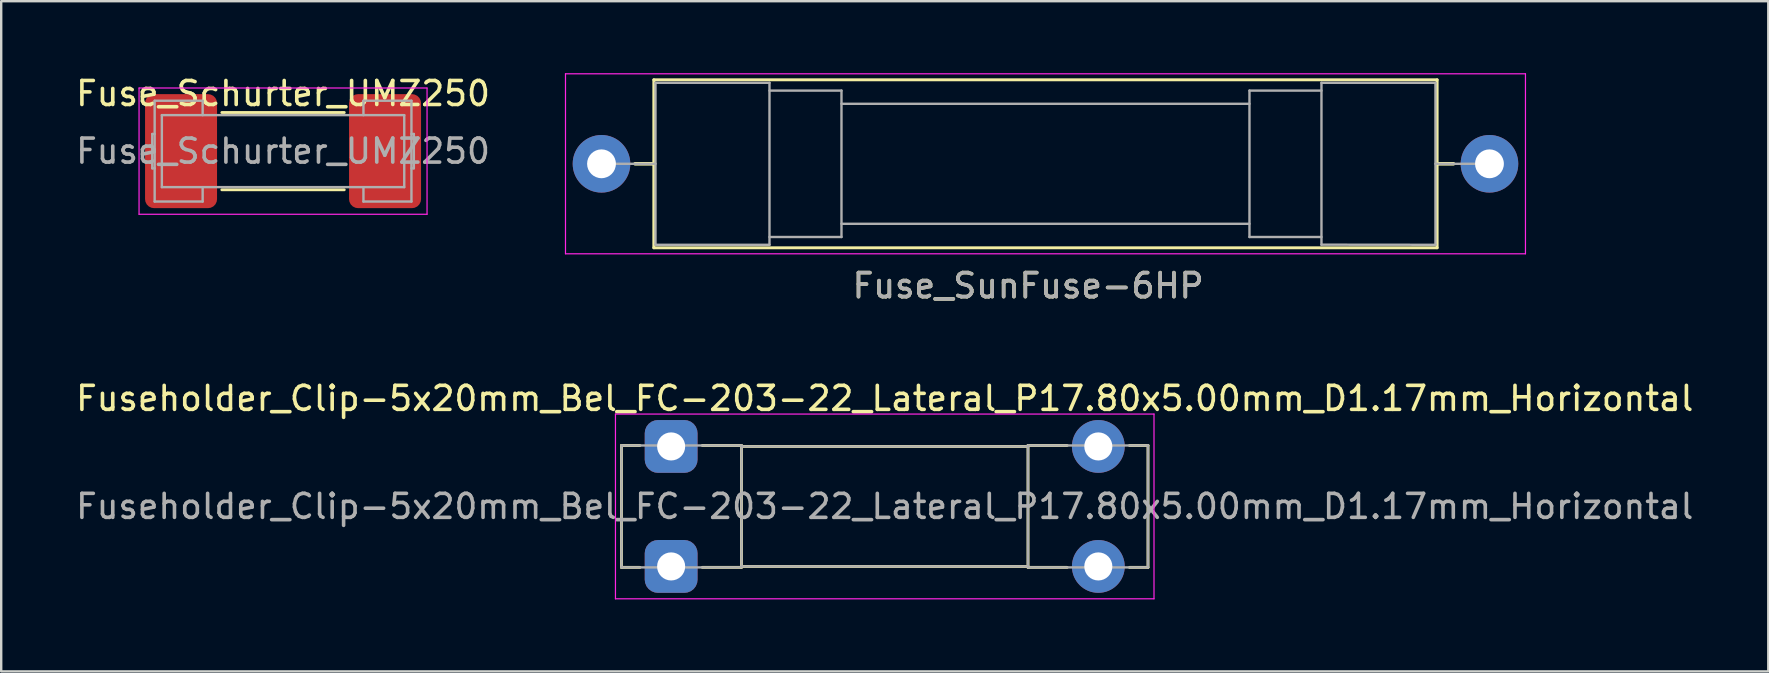
<source format=kicad_pcb>
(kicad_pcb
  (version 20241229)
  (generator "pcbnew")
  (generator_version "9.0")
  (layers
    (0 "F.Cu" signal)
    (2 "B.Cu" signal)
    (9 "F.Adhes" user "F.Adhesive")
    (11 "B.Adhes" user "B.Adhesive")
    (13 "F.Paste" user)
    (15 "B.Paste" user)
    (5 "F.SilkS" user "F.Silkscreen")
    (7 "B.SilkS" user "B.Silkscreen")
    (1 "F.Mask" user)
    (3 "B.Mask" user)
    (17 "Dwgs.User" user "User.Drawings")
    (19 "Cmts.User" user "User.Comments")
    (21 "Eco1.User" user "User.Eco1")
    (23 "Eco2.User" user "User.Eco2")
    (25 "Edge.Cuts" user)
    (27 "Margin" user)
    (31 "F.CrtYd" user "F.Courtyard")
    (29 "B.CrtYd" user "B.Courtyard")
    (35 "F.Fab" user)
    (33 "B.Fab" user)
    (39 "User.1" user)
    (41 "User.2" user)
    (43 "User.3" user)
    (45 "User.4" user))
  (footprint "Fuseholder_Clip-5x20mm_Bel_FC-203-22_Lateral_P17.80x5.00mm_D1.17mm_Horizontal"
    (layer "F.Cu")
    (at 24.915 15.552)
    (property "Reference" "Fuseholder_Clip-5x20mm_Bel_FC-203-22_Lateral_P17.80x5.00mm_D1.17mm_Horizontal" (at 8.9 -2 0) (layer "F.SilkS") (effects (font (size 1 1) (thickness 0.15))))
    (attr through_hole)
    (fp_line (start -2.07 5.04) (end -2.07 -0.04) (stroke (width 0.12) (type solid)) (layer "F.SilkS"))
    (fp_line (start -1.3 -0.04) (end -2.07 -0.04) (stroke (width 0.12) (type solid)) (layer "F.SilkS"))
    (fp_line (start -1.3 5.04) (end -2.07 5.04) (stroke (width 0.12) (type solid)) (layer "F.SilkS"))
    (fp_line (start 2.93 -0.04) (end 1.3 -0.04) (stroke (width 0.12) (type solid)) (layer "F.SilkS"))
    (fp_line (start 2.93 -0.04) (end 2.93 5.04) (stroke (width 0.12) (type solid)) (layer "F.SilkS"))
    (fp_line (start 2.93 5.04) (end 1.3 5.04) (stroke (width 0.12) (type solid)) (layer "F.SilkS"))
    (fp_line (start 14.87 -0.04) (end 14.87 5.04) (stroke (width 0.12) (type solid)) (layer "F.SilkS"))
    (fp_line (start 14.87 0) (end 2.93 0) (stroke (width 0.12) (type solid)) (layer "F.SilkS"))
    (fp_line (start 14.87 5) (end 2.93 5) (stroke (width 0.12) (type solid)) (layer "F.SilkS"))
    (fp_line (start 16.5 -0.04) (end 14.87 -0.04) (stroke (width 0.12) (type solid)) (layer "F.SilkS"))
    (fp_line (start 16.5 5.04) (end 14.87 5.04) (stroke (width 0.12) (type solid)) (layer "F.SilkS"))
    (fp_line (start 19.1 -0.04) (end 19.87 -0.04) (stroke (width 0.12) (type solid)) (layer "F.SilkS"))
    (fp_line (start 19.1 5.04) (end 19.87 5.04) (stroke (width 0.12) (type solid)) (layer "F.SilkS"))
    (fp_line (start 19.87 -0.04) (end 19.87 5.04) (stroke (width 0.12) (type solid)) (layer "F.SilkS"))
    (fp_line (start -2.32 -1.35) (end -2.32 6.35) (stroke (width 0.05) (type solid)) (layer "F.CrtYd"))
    (fp_line (start -2.32 -1.35) (end 20.12 -1.35) (stroke (width 0.05) (type solid)) (layer "F.CrtYd"))
    (fp_line (start 20.12 6.35) (end -2.32 6.35) (stroke (width 0.05) (type solid)) (layer "F.CrtYd"))
    (fp_line (start 20.12 6.35) (end 20.12 -1.35) (stroke (width 0.05) (type solid)) (layer "F.CrtYd"))
    (fp_line (start -2.07 -0.04) (end 2.93 -0.04) (stroke (width 0.1) (type solid)) (layer "F.Fab"))
    (fp_line (start -2.07 5.04) (end -2.07 -0.04) (stroke (width 0.1) (type solid)) (layer "F.Fab"))
    (fp_line (start 2.9 5.04) (end -2.07 5.04) (stroke (width 0.1) (type solid)) (layer "F.Fab"))
    (fp_line (start 2.93 -0.04) (end 2.93 5.04) (stroke (width 0.1) (type solid)) (layer "F.Fab"))
    (fp_line (start 2.93 0) (end 14.87 0) (stroke (width 0.1) (type solid)) (layer "F.Fab"))
    (fp_line (start 14.87 -0.04) (end 14.87 5.04) (stroke (width 0.1) (type solid)) (layer "F.Fab"))
    (fp_line (start 14.87 5) (end 2.93 5) (stroke (width 0.1) (type solid)) (layer "F.Fab"))
    (fp_line (start 14.87 5.04) (end 19.87 5.04) (stroke (width 0.1) (type solid)) (layer "F.Fab"))
    (fp_line (start 19.87 -0.04) (end 14.87 -0.04) (stroke (width 0.1) (type solid)) (layer "F.Fab"))
    (fp_line (start 19.87 5.04) (end 19.87 -0.04) (stroke (width 0.1) (type solid)) (layer "F.Fab"))
    (fp_text user "${REFERENCE}" (at 8.9 2.5 0) (layer "F.Fab") (effects (font (size 1 1) (thickness 0.15))))
    (pad "1" thru_hole roundrect (at 0 0) (size 2.2 2.2) (drill 1.17) (layers "*.Cu" "*.Mask") (roundrect_rratio 0.25))
    (pad "1" thru_hole roundrect (at 0 5) (size 2.2 2.2) (drill 1.17) (layers "*.Cu" "*.Mask") (roundrect_rratio 0.25))
    (pad "2" thru_hole circle (at 17.8 0) (size 2.2 2.2) (drill 1.17) (layers "*.Cu" "*.Mask"))
    (pad "2" thru_hole circle (at 17.8 5) (size 2.2 2.2) (drill 1.17) (layers "*.Cu" "*.Mask")))
  (footprint "Fuse_Schurter_UMZ250"
    (layer "F.Cu")
    (at 8.744 3.248)
    (property "Reference" "Fuse_Schurter_UMZ250" (at 0 -2.4 0) (layer "F.SilkS") (effects (font (size 1 1) (thickness 0.15))))
    (attr smd)
    (fp_line (start -2.55 -1.61) (end 2.55 -1.61) (stroke (width 0.12) (type solid)) (layer "F.SilkS"))
    (fp_line (start -2.55 1.61) (end 2.55 1.61) (stroke (width 0.12) (type solid)) (layer "F.SilkS"))
    (fp_line (start -6 2.63) (end -6 -2.63) (stroke (width 0.05) (type solid)) (layer "F.CrtYd"))
    (fp_line (start -6 2.63) (end 6 2.63) (stroke (width 0.05) (type solid)) (layer "F.CrtYd"))
    (fp_line (start 6 -2.63) (end -6 -2.63) (stroke (width 0.05) (type solid)) (layer "F.CrtYd"))
    (fp_line (start 6 2.63) (end 6 -2.63) (stroke (width 0.05) (type solid)) (layer "F.CrtYd"))
    (fp_line (start -5.45 0.715) (end -5.45 -0.715) (stroke (width 0.1) (type solid)) (layer "F.Fab"))
    (fp_line (start -5.35 -2.1) (end -5.35 2.1) (stroke (width 0.1) (type solid)) (layer "F.Fab"))
    (fp_line (start -5.35 -0.715) (end -5.45 -0.715) (stroke (width 0.1) (type solid)) (layer "F.Fab"))
    (fp_line (start -5.35 0.715) (end -5.45 0.715) (stroke (width 0.1) (type solid)) (layer "F.Fab"))
    (fp_line (start -5.35 2.1) (end -3.35 2.1) (stroke (width 0.1) (type solid)) (layer "F.Fab"))
    (fp_line (start -5.05 -1.5) (end 5.05 -1.5) (stroke (width 0.1) (type solid)) (layer "F.Fab"))
    (fp_line (start -5.05 1.5) (end -5.05 -1.5) (stroke (width 0.1) (type solid)) (layer "F.Fab"))
    (fp_line (start -3.35 -2.1) (end -5.35 -2.1) (stroke (width 0.1) (type solid)) (layer "F.Fab"))
    (fp_line (start -3.35 -1.5) (end -3.35 -2.1) (stroke (width 0.1) (type solid)) (layer "F.Fab"))
    (fp_line (start -3.35 2.1) (end -3.35 1.5) (stroke (width 0.1) (type solid)) (layer "F.Fab"))
    (fp_line (start 3.35 -2.1) (end 3.35 -1.5) (stroke (width 0.1) (type solid)) (layer "F.Fab"))
    (fp_line (start 3.35 1.5) (end 3.35 2.1) (stroke (width 0.1) (type solid)) (layer "F.Fab"))
    (fp_line (start 3.35 2.1) (end 5.35 2.1) (stroke (width 0.1) (type solid)) (layer "F.Fab"))
    (fp_line (start 5.05 -1.5) (end 5.05 1.5) (stroke (width 0.1) (type solid)) (layer "F.Fab"))
    (fp_line (start 5.05 1.5) (end -5.05 1.5) (stroke (width 0.1) (type solid)) (layer "F.Fab"))
    (fp_line (start 5.35 -2.1) (end 3.35 -2.1) (stroke (width 0.1) (type solid)) (layer "F.Fab"))
    (fp_line (start 5.35 -0.715) (end 5.45 -0.715) (stroke (width 0.1) (type solid)) (layer "F.Fab"))
    (fp_line (start 5.35 0.715) (end 5.45 0.715) (stroke (width 0.1) (type solid)) (layer "F.Fab"))
    (fp_line (start 5.35 2.1) (end 5.35 -2.1) (stroke (width 0.1) (type solid)) (layer "F.Fab"))
    (fp_line (start 5.45 -0.715) (end 5.45 0.715) (stroke (width 0.1) (type solid)) (layer "F.Fab"))
    (fp_text user "${REFERENCE}" (at 0 0 0) (layer "F.Fab") (effects (font (size 1 1) (thickness 0.15))))
    (pad "1" smd roundrect (at -4.25 0) (size 3 4.75) (layers "F.Cu" "F.Mask" "F.Paste") (roundrect_rratio 0.125))
    (pad "2" smd roundrect (at 4.25 0) (size 3 4.75) (layers "F.Cu" "F.Mask" "F.Paste") (roundrect_rratio 0.125)))
  (footprint "Fuse_SunFuse-6HP"
    (layer "F.Cu")
    (at 22.013 3.775)
    (property "Reference" "Fuse_SunFuse-6HP" (at 17.78 5.08 0) (layer "F.SilkS") (effects (font (size 1 1) (thickness 0.15))))
    (attr through_hole)
    (fp_line (start 1.4 0) (end 2.18 0) (stroke (width 0.15) (type solid)) (layer "F.SilkS"))
    (fp_line (start 2.18 -3.5) (end 2.18 3.5) (stroke (width 0.12) (type solid)) (layer "F.SilkS"))
    (fp_line (start 2.18 -3.5) (end 34.82 -3.5) (stroke (width 0.12) (type solid)) (layer "F.SilkS"))
    (fp_line (start 2.18 3.5) (end 34.82 3.5) (stroke (width 0.12) (type solid)) (layer "F.SilkS"))
    (fp_line (start 34.82 0) (end 35.5 0) (stroke (width 0.15) (type solid)) (layer "F.SilkS"))
    (fp_line (start 34.82 3.5) (end 34.82 -3.5) (stroke (width 0.12) (type solid)) (layer "F.SilkS"))
    (fp_line (start -1.5 -3.75) (end -1.5 3.75) (stroke (width 0.05) (type solid)) (layer "F.CrtYd"))
    (fp_line (start -1.5 -3.75) (end 38.5 -3.75) (stroke (width 0.05) (type solid)) (layer "F.CrtYd"))
    (fp_line (start -1.5 3.75) (end 38.5 3.75) (stroke (width 0.05) (type solid)) (layer "F.CrtYd"))
    (fp_line (start 38.5 3.75) (end 38.5 -3.75) (stroke (width 0.05) (type solid)) (layer "F.CrtYd"))
    (fp_line (start 0 0) (end 2.25 0) (stroke (width 0.1) (type solid)) (layer "F.Fab"))
    (fp_line (start 2.25 -3.375) (end 2.25 3.375) (stroke (width 0.1) (type solid)) (layer "F.Fab"))
    (fp_line (start 2.25 -3.375) (end 7 -3.375) (stroke (width 0.1) (type solid)) (layer "F.Fab"))
    (fp_line (start 2.25 3.375) (end 7 3.375) (stroke (width 0.1) (type solid)) (layer "F.Fab"))
    (fp_line (start 7 -3.375) (end 7 3.375) (stroke (width 0.1) (type solid)) (layer "F.Fab"))
    (fp_line (start 7 -3.05) (end 10 -3.05) (stroke (width 0.1) (type solid)) (layer "F.Fab"))
    (fp_line (start 7 3.05) (end 10 3.05) (stroke (width 0.1) (type solid)) (layer "F.Fab"))
    (fp_line (start 10 -2.5) (end 27 -2.5) (stroke (width 0.1) (type solid)) (layer "F.Fab"))
    (fp_line (start 10 2.5) (end 27 2.5) (stroke (width 0.1) (type solid)) (layer "F.Fab"))
    (fp_line (start 10 3.05) (end 10 -3.05) (stroke (width 0.1) (type solid)) (layer "F.Fab"))
    (fp_line (start 27 -3.05) (end 30 -3.05) (stroke (width 0.1) (type solid)) (layer "F.Fab"))
    (fp_line (start 27 3.05) (end 27 -3.05) (stroke (width 0.1) (type solid)) (layer "F.Fab"))
    (fp_line (start 27 3.05) (end 30 3.05) (stroke (width 0.1) (type solid)) (layer "F.Fab"))
    (fp_line (start 30 -3.375) (end 30 3.375) (stroke (width 0.1) (type solid)) (layer "F.Fab"))
    (fp_line (start 30 -3.375) (end 34.75 -3.375) (stroke (width 0.1) (type solid)) (layer "F.Fab"))
    (fp_line (start 30 3.37) (end 34.75 3.375) (stroke (width 0.1) (type solid)) (layer "F.Fab"))
    (fp_line (start 34.75 -3.375) (end 34.75 3.375) (stroke (width 0.1) (type solid)) (layer "F.Fab"))
    (fp_line (start 34.75 0) (end 37 0) (stroke (width 0.1) (type solid)) (layer "F.Fab"))
    (fp_text user "${REFERENCE}" (at 17.78 5.08 0) (layer "F.Fab") (effects (font (size 1 1) (thickness 0.15))))
    (pad "1" thru_hole circle (at 0 0) (size 2.4 2.4) (drill 1.2) (layers "*.Cu" "*.Mask"))
    (pad "2" thru_hole circle (at 37 0) (size 2.4 2.4) (drill 1.2) (layers "*.Cu" "*.Mask")))
  (gr_rect
    (start -3 -3)
    (end 70.631 24.927)
    (stroke (width 0.1) (type default))
    (fill no)
    (layer "Edge.Cuts")))
</source>
